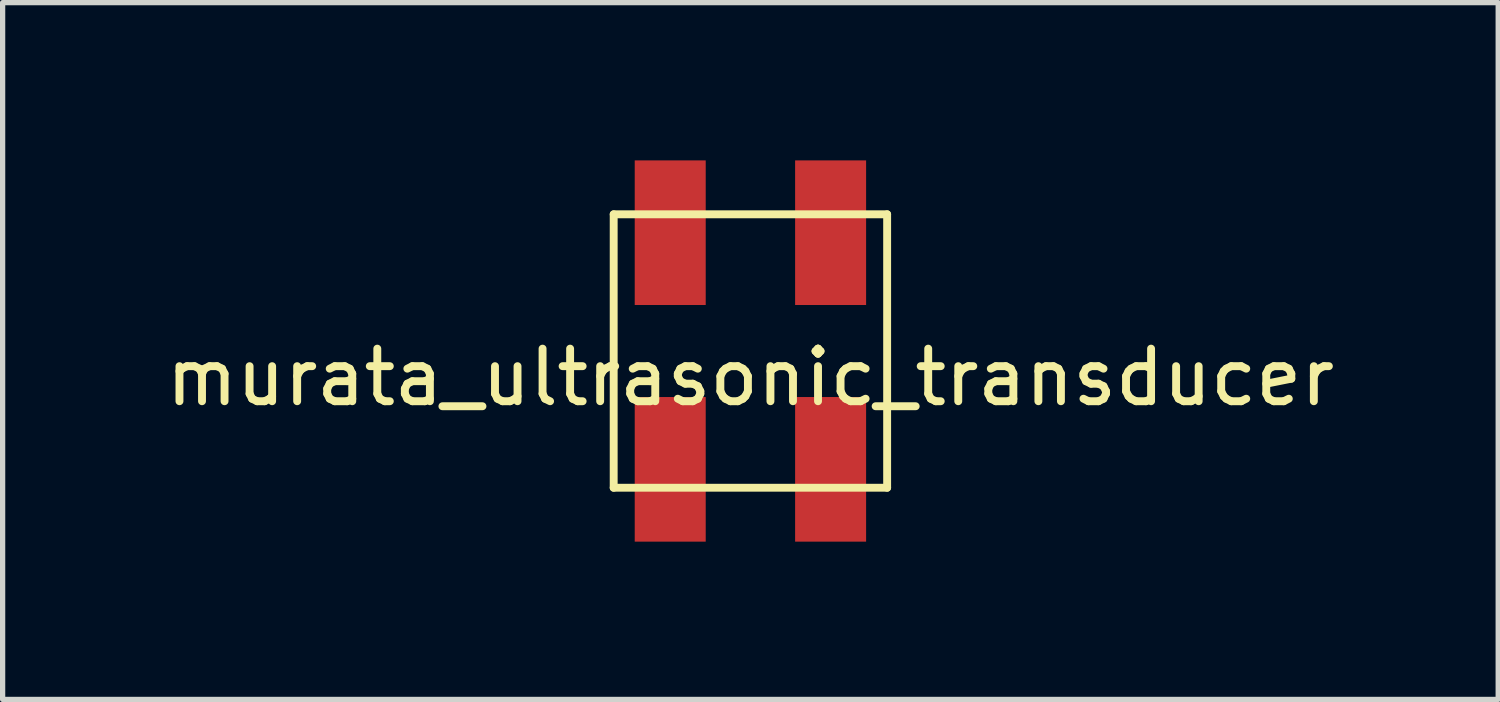
<source format=kicad_pcb>
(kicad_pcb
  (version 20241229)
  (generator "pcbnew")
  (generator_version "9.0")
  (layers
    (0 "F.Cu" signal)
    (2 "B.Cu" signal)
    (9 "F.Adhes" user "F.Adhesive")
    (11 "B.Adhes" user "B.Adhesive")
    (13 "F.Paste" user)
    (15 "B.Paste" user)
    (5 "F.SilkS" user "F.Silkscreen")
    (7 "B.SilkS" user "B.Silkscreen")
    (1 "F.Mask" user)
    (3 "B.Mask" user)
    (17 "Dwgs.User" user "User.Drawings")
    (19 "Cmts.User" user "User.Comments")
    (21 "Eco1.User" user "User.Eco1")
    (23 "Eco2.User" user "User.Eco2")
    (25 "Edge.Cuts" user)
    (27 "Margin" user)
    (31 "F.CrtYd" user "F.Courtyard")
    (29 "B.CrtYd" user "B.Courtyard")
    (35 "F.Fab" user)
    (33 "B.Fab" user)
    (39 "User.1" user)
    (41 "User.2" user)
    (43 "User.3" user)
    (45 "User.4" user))
  (footprint "murata_ultrasonic_transducer"
    (layer "F.Cu")
    (at 11.22 3.625)
    (property "Reference" "murata_ultrasonic_transducer" (at 0 0.5 0) (layer "F.SilkS") (effects (font (size 1 1) (thickness 0.15))))
    (attr through_hole)
    (fp_line (start -2.6 -2.6) (end 2.6 -2.6) (stroke (width 0.15) (type solid)) (layer "F.SilkS"))
    (fp_line (start -2.6 2.6) (end -2.6 -2.6) (stroke (width 0.15) (type solid)) (layer "F.SilkS"))
    (fp_line (start 2.6 -2.6) (end 2.6 2.6) (stroke (width 0.15) (type solid)) (layer "F.SilkS"))
    (fp_line (start 2.6 2.6) (end -2.6 2.6) (stroke (width 0.15) (type solid)) (layer "F.SilkS"))
    (pad "1" smd rect (at -1.525 2.25) (size 1.35 2.75) (layers "F.Cu" "F.Mask" "F.Paste"))
    (pad "2" smd rect (at 1.525 2.25) (size 1.35 2.75) (layers "F.Cu" "F.Mask" "F.Paste"))
    (pad "3" smd rect (at 1.525 -2.25) (size 1.35 2.75) (layers "F.Cu" "F.Mask" "F.Paste"))
    (pad "4" smd rect (at -1.525 -2.25) (size 1.35 2.75) (layers "F.Cu" "F.Mask" "F.Paste")))
  (gr_rect
    (start -3 -3)
    (end 25.44 10.25)
    (stroke (width 0.1) (type default))
    (fill no)
    (layer "Edge.Cuts")))
</source>
